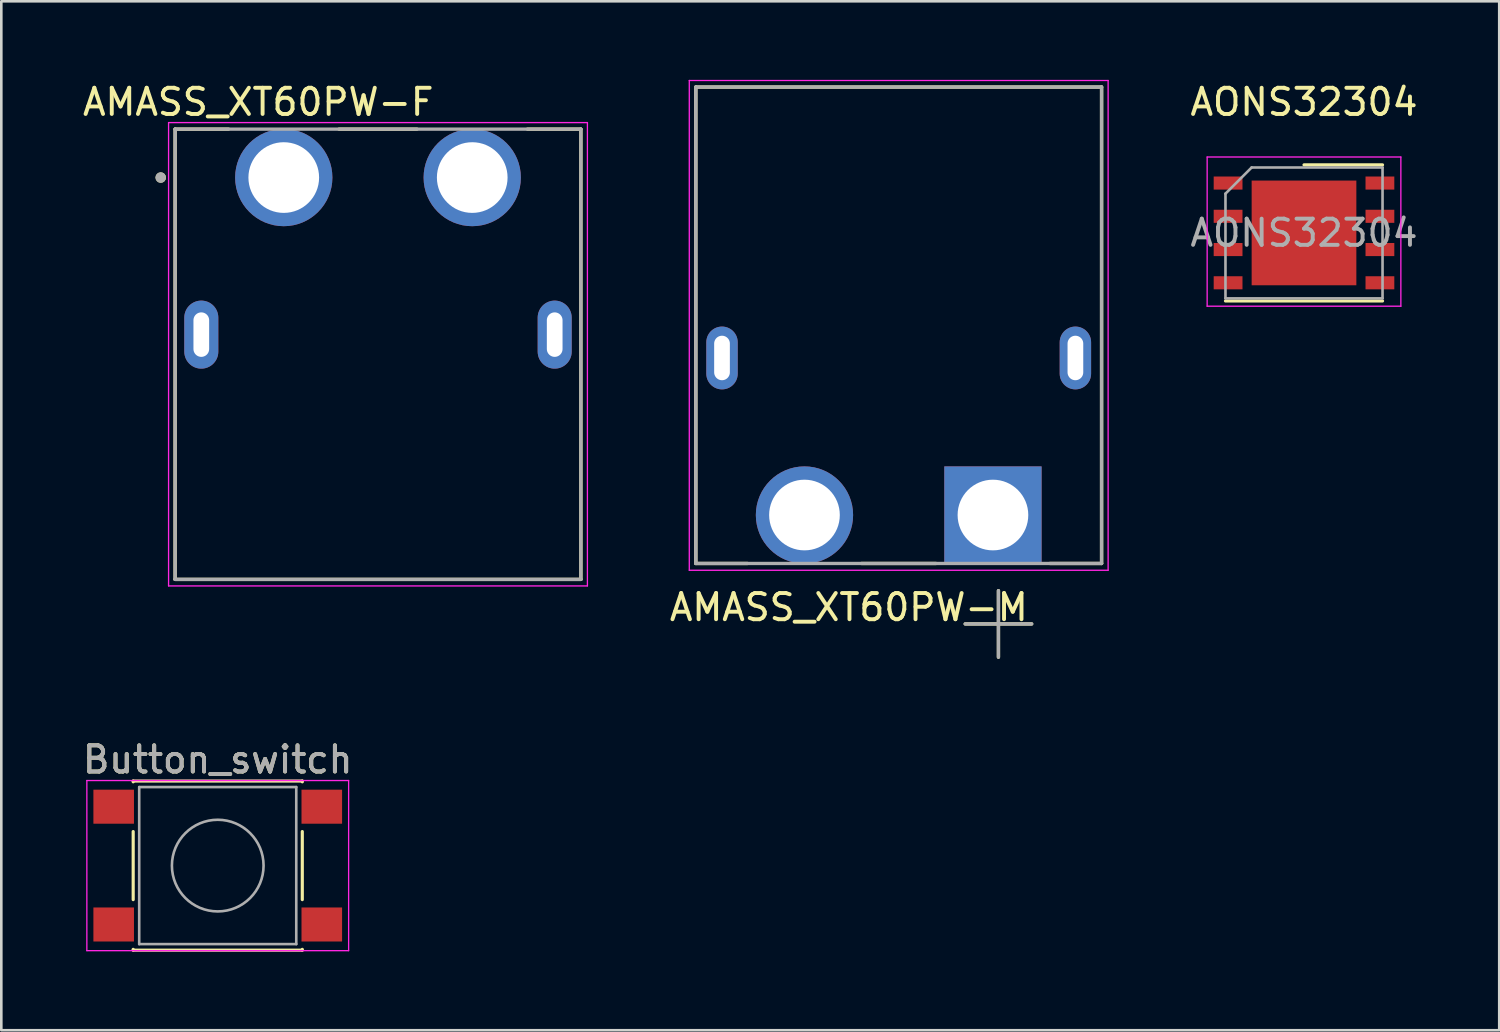
<source format=kicad_pcb>
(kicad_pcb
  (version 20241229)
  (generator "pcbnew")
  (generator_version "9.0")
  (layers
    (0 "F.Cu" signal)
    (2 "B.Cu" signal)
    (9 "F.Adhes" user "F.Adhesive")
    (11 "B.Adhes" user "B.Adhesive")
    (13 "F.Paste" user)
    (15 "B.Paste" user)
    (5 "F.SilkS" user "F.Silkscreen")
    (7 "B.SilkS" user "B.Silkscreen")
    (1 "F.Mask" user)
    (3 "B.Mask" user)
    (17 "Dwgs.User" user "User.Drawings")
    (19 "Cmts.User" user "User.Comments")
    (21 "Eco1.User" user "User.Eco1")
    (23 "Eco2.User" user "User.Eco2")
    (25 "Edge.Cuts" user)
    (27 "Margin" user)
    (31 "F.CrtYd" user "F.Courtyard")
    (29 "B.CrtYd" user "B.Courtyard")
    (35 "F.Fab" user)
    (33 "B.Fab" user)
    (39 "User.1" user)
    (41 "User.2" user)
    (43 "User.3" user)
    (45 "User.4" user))
  (footprint "AMASS_XT60PW-F"
    (layer "F.Cu")
    (at 11.39 3.733)
    (property "Reference" "AMASS_XT60PW-F" (at -4.575 -2.885 0) (layer "F.SilkS") (effects (font (size 1 1) (thickness 0.15))))
    (attr through_hole)
    (fp_line (start -7.75 -1.85) (end -5.71 -1.85) (stroke (width 0.127) (type solid)) (layer "F.SilkS"))
    (fp_line (start -7.75 15.35) (end -7.75 -1.85) (stroke (width 0.127) (type solid)) (layer "F.SilkS"))
    (fp_line (start -1.49 -1.85) (end 1.49 -1.85) (stroke (width 0.127) (type solid)) (layer "F.SilkS"))
    (fp_line (start 5.71 -1.85) (end 7.75 -1.85) (stroke (width 0.127) (type solid)) (layer "F.SilkS"))
    (fp_line (start 7.75 -1.85) (end 7.75 15.35) (stroke (width 0.127) (type solid)) (layer "F.SilkS"))
    (fp_line (start 7.75 15.35) (end -7.75 15.35) (stroke (width 0.127) (type solid)) (layer "F.SilkS"))
    (fp_circle (center -8.3 0) (end -8.2 0) (stroke (width 0.2) (type solid)) (fill no) (layer "F.SilkS"))
    (fp_line (start -8 -2.1) (end 8 -2.1) (stroke (width 0.05) (type solid)) (layer "F.CrtYd"))
    (fp_line (start -8 15.6) (end -8 -2.1) (stroke (width 0.05) (type solid)) (layer "F.CrtYd"))
    (fp_line (start 8 -2.1) (end 8 15.6) (stroke (width 0.05) (type solid)) (layer "F.CrtYd"))
    (fp_line (start 8 15.6) (end -8 15.6) (stroke (width 0.05) (type solid)) (layer "F.CrtYd"))
    (fp_line (start -7.75 -1.85) (end 7.75 -1.85) (stroke (width 0.127) (type solid)) (layer "F.Fab"))
    (fp_line (start -7.75 15.35) (end -7.75 -1.85) (stroke (width 0.127) (type solid)) (layer "F.Fab"))
    (fp_line (start 7.75 -1.85) (end 7.75 15.35) (stroke (width 0.127) (type solid)) (layer "F.Fab"))
    (fp_line (start 7.75 15.35) (end -7.75 15.35) (stroke (width 0.127) (type solid)) (layer "F.Fab"))
    (fp_circle (center -8.3 0) (end -8.2 0) (stroke (width 0.2) (type solid)) (fill no) (layer "F.Fab"))
    (pad "1" thru_hole circle (at -3.6 0) (size 3.716 3.716) (drill 2.7) (layers "*.Cu" "*.Mask"))
    (pad "2" thru_hole circle (at 3.6 0) (size 3.716 3.716) (drill 2.7) (layers "*.Cu" "*.Mask"))
    (pad "S1" thru_hole oval (at -6.75 6) (size 1.3 2.6) (drill oval 0.6 1.7) (layers "*.Cu" "*.Mask"))
    (pad "S2" thru_hole oval (at 6.75 6) (size 1.3 2.6) (drill oval 0.6 1.7) (layers "*.Cu" "*.Mask")))
  (footprint "Button_switch"
    (layer "F.Cu")
    (at 5.268 30.017)
    (property "Reference" "Button_switch" (at 0 -4.05 0) (layer "F.SilkS") (effects (font (size 1 1) (thickness 0.15))))
    (attr smd)
    (fp_line (start -3.23 -3.23) (end 3.23 -3.23) (stroke (width 0.12) (type solid)) (layer "F.SilkS"))
    (fp_line (start -3.23 -3.2) (end -3.23 -3.23) (stroke (width 0.12) (type solid)) (layer "F.SilkS"))
    (fp_line (start -3.23 -1.3) (end -3.23 1.3) (stroke (width 0.12) (type solid)) (layer "F.SilkS"))
    (fp_line (start -3.23 3.23) (end -3.23 3.2) (stroke (width 0.12) (type solid)) (layer "F.SilkS"))
    (fp_line (start -3.23 3.23) (end 3.23 3.23) (stroke (width 0.12) (type solid)) (layer "F.SilkS"))
    (fp_line (start 3.23 -3.23) (end 3.23 -3.2) (stroke (width 0.12) (type solid)) (layer "F.SilkS"))
    (fp_line (start 3.23 -1.3) (end 3.23 1.3) (stroke (width 0.12) (type solid)) (layer "F.SilkS"))
    (fp_line (start 3.23 3.23) (end 3.23 3.2) (stroke (width 0.12) (type solid)) (layer "F.SilkS"))
    (fp_line (start -5 -3.25) (end -5 3.25) (stroke (width 0.05) (type solid)) (layer "F.CrtYd"))
    (fp_line (start -5 -3.25) (end 5 -3.25) (stroke (width 0.05) (type solid)) (layer "F.CrtYd"))
    (fp_line (start -5 3.25) (end 5 3.25) (stroke (width 0.05) (type solid)) (layer "F.CrtYd"))
    (fp_line (start 5 3.25) (end 5 -3.25) (stroke (width 0.05) (type solid)) (layer "F.CrtYd"))
    (fp_line (start -3 -3) (end -3 3) (stroke (width 0.1) (type solid)) (layer "F.Fab"))
    (fp_line (start -3 3) (end 3 3) (stroke (width 0.1) (type solid)) (layer "F.Fab"))
    (fp_line (start 3 -3) (end -3 -3) (stroke (width 0.1) (type solid)) (layer "F.Fab"))
    (fp_line (start 3 3) (end 3 -3) (stroke (width 0.1) (type solid)) (layer "F.Fab"))
    (fp_circle (center 0 0) (end 1.75 -0.05) (stroke (width 0.1) (type solid)) (fill no) (layer "F.Fab"))
    (fp_text user "${REFERENCE}" (at 0 -4.05 0) (layer "F.Fab") (effects (font (size 1 1) (thickness 0.15))))
    (pad "1" smd rect (at -3.975 -2.25) (size 1.55 1.3) (layers "F.Cu" "F.Mask" "F.Paste"))
    (pad "2" smd rect (at -3.975 2.25) (size 1.55 1.3) (layers "F.Cu" "F.Mask" "F.Paste"))
    (pad "3" smd rect (at 3.975 -2.25) (size 1.55 1.3) (layers "F.Cu" "F.Mask" "F.Paste"))
    (pad "4" smd rect (at 3.975 2.25) (size 1.55 1.3) (layers "F.Cu" "F.Mask" "F.Paste")))
  (footprint "AONS32304"
    (layer "F.Cu")
    (at 46.765 5.848)
    (property "Reference" "AONS32304" (at 0 -5 0) (layer "F.SilkS") (effects (font (size 1 1) (thickness 0.15))))
    (attr through_hole)
    (fp_line (start -3 2.6) (end 3 2.6) (stroke (width 0.12) (type solid)) (layer "F.SilkS"))
    (fp_line (start 0 -2.6) (end 3 -2.6) (stroke (width 0.12) (type solid)) (layer "F.SilkS"))
    (fp_line (start -3.7 -2.9) (end 3.7 -2.9) (stroke (width 0.05) (type solid)) (layer "F.CrtYd"))
    (fp_line (start -3.7 2.8) (end -3.7 -2.9) (stroke (width 0.05) (type solid)) (layer "F.CrtYd"))
    (fp_line (start 3.7 -2.9) (end 3.7 2.8) (stroke (width 0.05) (type solid)) (layer "F.CrtYd"))
    (fp_line (start 3.7 2.8) (end -3.7 2.8) (stroke (width 0.05) (type solid)) (layer "F.CrtYd"))
    (fp_line (start -3 2.5) (end -3 -1.5) (stroke (width 0.1) (type solid)) (layer "F.Fab"))
    (fp_line (start -2 -2.5) (end -3 -1.5) (stroke (width 0.1) (type solid)) (layer "F.Fab"))
    (fp_line (start -2 -2.5) (end 3 -2.5) (stroke (width 0.1) (type solid)) (layer "F.Fab"))
    (fp_line (start 3 -2.5) (end 3 2.5) (stroke (width 0.1) (type solid)) (layer "F.Fab"))
    (fp_line (start 3 2.5) (end -3 2.5) (stroke (width 0.1) (type solid)) (layer "F.Fab"))
    (fp_text user "${REFERENCE}" (at 0 0 0) (layer "F.Fab") (effects (font (size 1 1) (thickness 0.15))))
    (pad "" smd rect (at -1.5 -1.5 270) (size 0.8 0.8) (layers "F.Paste"))
    (pad "" smd rect (at -1.5 -0.5 270) (size 0.8 0.8) (layers "F.Paste"))
    (pad "" smd rect (at -1.5 0.5 270) (size 0.8 0.8) (layers "F.Paste"))
    (pad "" smd rect (at -1.5 1.5 270) (size 0.8 0.8) (layers "F.Paste"))
    (pad "" smd rect (at -0.5 -1.5 270) (size 0.8 0.8) (layers "F.Paste"))
    (pad "" smd rect (at -0.5 -0.5 270) (size 0.8 0.8) (layers "F.Paste"))
    (pad "" smd rect (at -0.5 0.5 270) (size 0.8 0.8) (layers "F.Paste"))
    (pad "" smd rect (at -0.5 1.5 270) (size 0.8 0.8) (layers "F.Paste"))
    (pad "" smd rect (at 0.5 -1.5 270) (size 0.8 0.8) (layers "F.Paste"))
    (pad "" smd rect (at 0.5 -0.5 270) (size 0.8 0.8) (layers "F.Paste"))
    (pad "" smd rect (at 0.5 0.5 270) (size 0.8 0.8) (layers "F.Paste"))
    (pad "" smd rect (at 0.5 1.5 270) (size 0.8 0.8) (layers "F.Paste"))
    (pad "" smd rect (at 1.5 -1.5 270) (size 0.8 0.8) (layers "F.Paste"))
    (pad "" smd rect (at 1.5 -0.5 270) (size 0.8 0.8) (layers "F.Paste"))
    (pad "" smd rect (at 1.5 0.5 270) (size 0.8 0.8) (layers "F.Paste"))
    (pad "" smd rect (at 1.5 1.5 270) (size 0.8 0.8) (layers "F.Paste"))
    (pad "1" smd rect (at -2.9 -1.905 270) (size 0.5 1.1) (layers "F.Cu" "F.Mask" "F.Paste"))
    (pad "1" smd rect (at -2.9 -0.635 270) (size 0.5 1.1) (layers "F.Cu" "F.Mask" "F.Paste"))
    (pad "1" smd rect (at -2.9 0.635 270) (size 0.5 1.1) (layers "F.Cu" "F.Mask" "F.Paste"))
    (pad "2" smd rect (at -2.9 1.905 270) (size 0.5 1.1) (layers "F.Cu" "F.Mask" "F.Paste"))
    (pad "3" smd rect (at 0 0 270) (size 4 4) (layers "F.Cu" "F.Mask"))
    (pad "3" smd rect (at 2.9 -1.905 270) (size 0.5 1.1) (layers "F.Cu" "F.Mask" "F.Paste"))
    (pad "3" smd rect (at 2.9 -0.635 270) (size 0.5 1.1) (layers "F.Cu" "F.Mask" "F.Paste"))
    (pad "3" smd rect (at 2.9 0.635 270) (size 0.5 1.1) (layers "F.Cu" "F.Mask" "F.Paste"))
    (pad "3" smd rect (at 2.9 1.905 270) (size 0.5 1.1) (layers "F.Cu" "F.Mask" "F.Paste")))
  (footprint "AMASS_XT60PW-M"
    (layer "F.Cu")
    (at 31.282 10.625)
    (property "Reference" "AMASS_XT60PW-M" (at -1.905 9.525 180) (layer "F.SilkS") (effects (font (size 1 1) (thickness 0.15))))
    (attr through_hole)
    (fp_line (start -7.75 -10.35) (end -7.75 7.85) (stroke (width 0.127) (type solid)) (layer "F.SilkS"))
    (fp_line (start -7.75 7.85) (end -5.778 7.85) (stroke (width 0.127) (type solid)) (layer "F.SilkS"))
    (fp_line (start -1.422 7.85) (end 1.422 7.85) (stroke (width 0.127) (type solid)) (layer "F.SilkS"))
    (fp_line (start 2.54 10.16) (end 3.81 10.16) (stroke (width 0.127) (type solid)) (layer "F.SilkS"))
    (fp_line (start 3.81 10.16) (end 3.81 8.89) (stroke (width 0.127) (type solid)) (layer "F.SilkS"))
    (fp_line (start 3.81 10.16) (end 3.81 11.43) (stroke (width 0.127) (type solid)) (layer "F.SilkS"))
    (fp_line (start 5.08 10.16) (end 3.81 10.16) (stroke (width 0.127) (type solid)) (layer "F.SilkS"))
    (fp_line (start 7.75 -10.35) (end -7.75 -10.35) (stroke (width 0.127) (type solid)) (layer "F.SilkS"))
    (fp_line (start 7.75 7.85) (end 5.778 7.85) (stroke (width 0.127) (type solid)) (layer "F.SilkS"))
    (fp_line (start 7.75 7.85) (end 7.75 -10.35) (stroke (width 0.127) (type solid)) (layer "F.SilkS"))
    (fp_line (start -8 -10.6) (end -8 8.11) (stroke (width 0.05) (type solid)) (layer "F.CrtYd"))
    (fp_line (start -8 8.11) (end 8 8.11) (stroke (width 0.05) (type solid)) (layer "F.CrtYd"))
    (fp_line (start 8 -10.6) (end -8 -10.6) (stroke (width 0.05) (type solid)) (layer "F.CrtYd"))
    (fp_line (start 8 8.11) (end 8 -10.6) (stroke (width 0.05) (type solid)) (layer "F.CrtYd"))
    (fp_line (start -7.75 -10.35) (end -7.75 7.85) (stroke (width 0.127) (type solid)) (layer "F.Fab"))
    (fp_line (start -7.75 7.85) (end 7.75 7.85) (stroke (width 0.127) (type solid)) (layer "F.Fab"))
    (fp_line (start 2.54 10.16) (end 3.81 10.16) (stroke (width 0.127) (type solid)) (layer "F.Fab"))
    (fp_line (start 3.81 10.16) (end 3.81 8.89) (stroke (width 0.127) (type solid)) (layer "F.Fab"))
    (fp_line (start 3.81 10.16) (end 3.81 11.43) (stroke (width 0.127) (type solid)) (layer "F.Fab"))
    (fp_line (start 5.08 10.16) (end 3.81 10.16) (stroke (width 0.127) (type solid)) (layer "F.Fab"))
    (fp_line (start 7.75 -10.35) (end -7.75 -10.35) (stroke (width 0.127) (type solid)) (layer "F.Fab"))
    (fp_line (start 7.75 7.85) (end 7.75 -10.35) (stroke (width 0.127) (type solid)) (layer "F.Fab"))
    (pad "1" thru_hole rect (at 3.6 6) (size 3.716 3.716) (drill 2.7) (layers "*.Cu" "*.Mask"))
    (pad "2" thru_hole circle (at -3.6 6) (size 3.716 3.716) (drill 2.7) (layers "*.Cu" "*.Mask"))
    (pad "S1" thru_hole oval (at 6.75 0) (size 1.2 2.4) (drill oval 0.6 1.7) (layers "*.Cu" "*.Mask"))
    (pad "S2" thru_hole oval (at -6.75 0) (size 1.2 2.4) (drill oval 0.6 1.7) (layers "*.Cu" "*.Mask")))
  (gr_rect
    (start -3 -3)
    (end 54.223 36.307)
    (stroke (width 0.1) (type default))
    (fill no)
    (layer "Edge.Cuts")))
</source>
